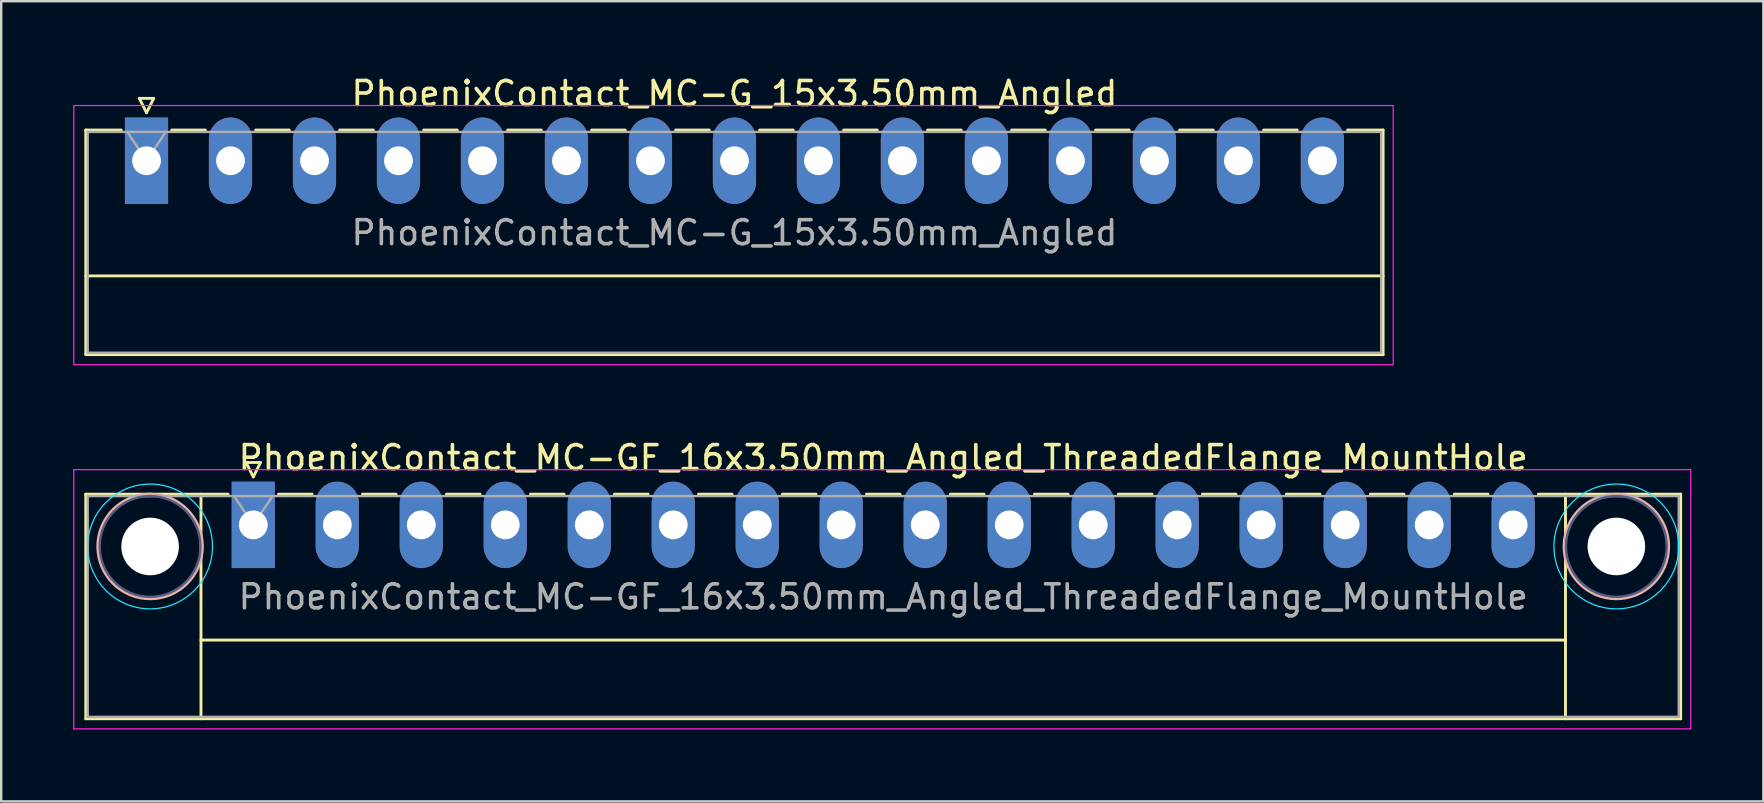
<source format=kicad_pcb>
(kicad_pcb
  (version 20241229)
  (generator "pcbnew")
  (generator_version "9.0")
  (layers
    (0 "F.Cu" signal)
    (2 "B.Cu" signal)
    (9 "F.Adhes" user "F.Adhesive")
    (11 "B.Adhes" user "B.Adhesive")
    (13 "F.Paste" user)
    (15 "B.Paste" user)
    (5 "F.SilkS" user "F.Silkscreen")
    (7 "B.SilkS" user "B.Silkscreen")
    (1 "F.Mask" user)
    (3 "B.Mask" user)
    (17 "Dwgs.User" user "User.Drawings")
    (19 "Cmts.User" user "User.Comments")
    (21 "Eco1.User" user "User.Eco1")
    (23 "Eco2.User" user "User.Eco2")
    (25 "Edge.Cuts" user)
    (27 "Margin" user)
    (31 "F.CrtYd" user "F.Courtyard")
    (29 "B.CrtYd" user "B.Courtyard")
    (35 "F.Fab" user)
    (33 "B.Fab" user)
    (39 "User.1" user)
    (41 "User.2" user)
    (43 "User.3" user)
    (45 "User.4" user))
  (footprint "PhoenixContact_MC-G_15x3.50mm_Angled"
    (layer "F.Cu")
    (at 3.055 3.648)
    (property "Reference" "PhoenixContact_MC-G_15x3.50mm_Angled" (at 24.5 -2.8 0) (layer "F.SilkS") (effects (font (size 1 1) (thickness 0.15))))
    (attr through_hole)
    (fp_line (start -2.53 -1.28) (end -2.53 8.08) (stroke (width 0.12) (type solid)) (layer "F.SilkS"))
    (fp_line (start -2.53 -1.28) (end -1.05 -1.28) (stroke (width 0.12) (type solid)) (layer "F.SilkS"))
    (fp_line (start -2.53 4.8) (end 51.53 4.8) (stroke (width 0.12) (type solid)) (layer "F.SilkS"))
    (fp_line (start -2.53 8.08) (end 51.53 8.08) (stroke (width 0.12) (type solid)) (layer "F.SilkS"))
    (fp_line (start -0.3 -2.6) (end 0.3 -2.6) (stroke (width 0.12) (type solid)) (layer "F.SilkS"))
    (fp_line (start 0 -2) (end -0.3 -2.6) (stroke (width 0.12) (type solid)) (layer "F.SilkS"))
    (fp_line (start 0.3 -2.6) (end 0 -2) (stroke (width 0.12) (type solid)) (layer "F.SilkS"))
    (fp_line (start 1.05 -1.28) (end 2.45 -1.28) (stroke (width 0.12) (type solid)) (layer "F.SilkS"))
    (fp_line (start 4.55 -1.28) (end 5.95 -1.28) (stroke (width 0.12) (type solid)) (layer "F.SilkS"))
    (fp_line (start 8.05 -1.28) (end 9.45 -1.28) (stroke (width 0.12) (type solid)) (layer "F.SilkS"))
    (fp_line (start 11.55 -1.28) (end 12.95 -1.28) (stroke (width 0.12) (type solid)) (layer "F.SilkS"))
    (fp_line (start 15.05 -1.28) (end 16.45 -1.28) (stroke (width 0.12) (type solid)) (layer "F.SilkS"))
    (fp_line (start 18.55 -1.28) (end 19.95 -1.28) (stroke (width 0.12) (type solid)) (layer "F.SilkS"))
    (fp_line (start 22.05 -1.28) (end 23.45 -1.28) (stroke (width 0.12) (type solid)) (layer "F.SilkS"))
    (fp_line (start 25.55 -1.28) (end 26.95 -1.28) (stroke (width 0.12) (type solid)) (layer "F.SilkS"))
    (fp_line (start 29.05 -1.28) (end 30.45 -1.28) (stroke (width 0.12) (type solid)) (layer "F.SilkS"))
    (fp_line (start 32.55 -1.28) (end 33.95 -1.28) (stroke (width 0.12) (type solid)) (layer "F.SilkS"))
    (fp_line (start 36.05 -1.28) (end 37.45 -1.28) (stroke (width 0.12) (type solid)) (layer "F.SilkS"))
    (fp_line (start 39.55 -1.28) (end 40.95 -1.28) (stroke (width 0.12) (type solid)) (layer "F.SilkS"))
    (fp_line (start 43.05 -1.28) (end 44.45 -1.28) (stroke (width 0.12) (type solid)) (layer "F.SilkS"))
    (fp_line (start 46.55 -1.28) (end 47.95 -1.28) (stroke (width 0.12) (type solid)) (layer "F.SilkS"))
    (fp_line (start 51.53 -1.28) (end 50.05 -1.28) (stroke (width 0.12) (type solid)) (layer "F.SilkS"))
    (fp_line (start 51.53 8.08) (end 51.53 -1.28) (stroke (width 0.12) (type solid)) (layer "F.SilkS"))
    (fp_line (start -3.03 -2.3) (end -3.03 8.5) (stroke (width 0.05) (type solid)) (layer "F.CrtYd"))
    (fp_line (start -3.03 8.5) (end 51.95 8.5) (stroke (width 0.05) (type solid)) (layer "F.CrtYd"))
    (fp_line (start 51.95 -2.3) (end -3.03 -2.3) (stroke (width 0.05) (type solid)) (layer "F.CrtYd"))
    (fp_line (start 51.95 8.5) (end 51.95 -2.3) (stroke (width 0.05) (type solid)) (layer "F.CrtYd"))
    (fp_line (start -2.45 -1.2) (end -2.45 8) (stroke (width 0.1) (type solid)) (layer "F.Fab"))
    (fp_line (start -2.45 8) (end 51.45 8) (stroke (width 0.1) (type solid)) (layer "F.Fab"))
    (fp_line (start 0 0) (end -0.8 -1.2) (stroke (width 0.1) (type solid)) (layer "F.Fab"))
    (fp_line (start 0.8 -1.2) (end 0 0) (stroke (width 0.1) (type solid)) (layer "F.Fab"))
    (fp_line (start 51.45 -1.2) (end -2.45 -1.2) (stroke (width 0.1) (type solid)) (layer "F.Fab"))
    (fp_line (start 51.45 8) (end 51.45 -1.2) (stroke (width 0.1) (type solid)) (layer "F.Fab"))
    (fp_text user "${REFERENCE}" (at 24.5 3 0) (layer "F.Fab") (effects (font (size 1 1) (thickness 0.15))))
    (pad "1" thru_hole rect (at 0 0) (size 1.8 3.6) (drill 1.2) (layers "*.Cu" "*.Mask"))
    (pad "2" thru_hole oval (at 3.5 0) (size 1.8 3.6) (drill 1.2) (layers "*.Cu" "*.Mask"))
    (pad "3" thru_hole oval (at 7 0) (size 1.8 3.6) (drill 1.2) (layers "*.Cu" "*.Mask"))
    (pad "4" thru_hole oval (at 10.5 0) (size 1.8 3.6) (drill 1.2) (layers "*.Cu" "*.Mask"))
    (pad "5" thru_hole oval (at 14 0) (size 1.8 3.6) (drill 1.2) (layers "*.Cu" "*.Mask"))
    (pad "6" thru_hole oval (at 17.5 0) (size 1.8 3.6) (drill 1.2) (layers "*.Cu" "*.Mask"))
    (pad "7" thru_hole oval (at 21 0) (size 1.8 3.6) (drill 1.2) (layers "*.Cu" "*.Mask"))
    (pad "8" thru_hole oval (at 24.5 0) (size 1.8 3.6) (drill 1.2) (layers "*.Cu" "*.Mask"))
    (pad "9" thru_hole oval (at 28 0) (size 1.8 3.6) (drill 1.2) (layers "*.Cu" "*.Mask"))
    (pad "10" thru_hole oval (at 31.5 0) (size 1.8 3.6) (drill 1.2) (layers "*.Cu" "*.Mask"))
    (pad "11" thru_hole oval (at 35 0) (size 1.8 3.6) (drill 1.2) (layers "*.Cu" "*.Mask"))
    (pad "12" thru_hole oval (at 38.5 0) (size 1.8 3.6) (drill 1.2) (layers "*.Cu" "*.Mask"))
    (pad "13" thru_hole oval (at 42 0) (size 1.8 3.6) (drill 1.2) (layers "*.Cu" "*.Mask"))
    (pad "14" thru_hole oval (at 45.5 0) (size 1.8 3.6) (drill 1.2) (layers "*.Cu" "*.Mask"))
    (pad "15" thru_hole oval (at 49 0) (size 1.8 3.6) (drill 1.2) (layers "*.Cu" "*.Mask")))
  (footprint "PhoenixContact_MC-GF_16x3.50mm_Angled_ThreadedFlange_MountHole"
    (layer "F.Cu")
    (at 7.505 18.822)
    (property "Reference" "PhoenixContact_MC-GF_16x3.50mm_Angled_ThreadedFlange_MountHole" (at 26.25 -2.8 0) (layer "F.SilkS") (effects (font (size 1 1) (thickness 0.15))))
    (attr through_hole)
    (fp_line (start -6.98 -1.28) (end -6.98 8.08) (stroke (width 0.12) (type solid)) (layer "F.SilkS"))
    (fp_line (start -6.98 -1.28) (end -1.05 -1.28) (stroke (width 0.12) (type solid)) (layer "F.SilkS"))
    (fp_line (start -6.98 8.08) (end 59.48 8.08) (stroke (width 0.12) (type solid)) (layer "F.SilkS"))
    (fp_line (start -2.18 -1.28) (end -2.18 8.08) (stroke (width 0.12) (type solid)) (layer "F.SilkS"))
    (fp_line (start -2.18 4.8) (end 54.68 4.8) (stroke (width 0.12) (type solid)) (layer "F.SilkS"))
    (fp_line (start -0.3 -2.6) (end 0.3 -2.6) (stroke (width 0.12) (type solid)) (layer "F.SilkS"))
    (fp_line (start 0 -2) (end -0.3 -2.6) (stroke (width 0.12) (type solid)) (layer "F.SilkS"))
    (fp_line (start 0.3 -2.6) (end 0 -2) (stroke (width 0.12) (type solid)) (layer "F.SilkS"))
    (fp_line (start 1.05 -1.28) (end 2.45 -1.28) (stroke (width 0.12) (type solid)) (layer "F.SilkS"))
    (fp_line (start 4.55 -1.28) (end 5.95 -1.28) (stroke (width 0.12) (type solid)) (layer "F.SilkS"))
    (fp_line (start 8.05 -1.28) (end 9.45 -1.28) (stroke (width 0.12) (type solid)) (layer "F.SilkS"))
    (fp_line (start 11.55 -1.28) (end 12.95 -1.28) (stroke (width 0.12) (type solid)) (layer "F.SilkS"))
    (fp_line (start 15.05 -1.28) (end 16.45 -1.28) (stroke (width 0.12) (type solid)) (layer "F.SilkS"))
    (fp_line (start 18.55 -1.28) (end 19.95 -1.28) (stroke (width 0.12) (type solid)) (layer "F.SilkS"))
    (fp_line (start 22.05 -1.28) (end 23.45 -1.28) (stroke (width 0.12) (type solid)) (layer "F.SilkS"))
    (fp_line (start 25.55 -1.28) (end 26.95 -1.28) (stroke (width 0.12) (type solid)) (layer "F.SilkS"))
    (fp_line (start 29.05 -1.28) (end 30.45 -1.28) (stroke (width 0.12) (type solid)) (layer "F.SilkS"))
    (fp_line (start 32.55 -1.28) (end 33.95 -1.28) (stroke (width 0.12) (type solid)) (layer "F.SilkS"))
    (fp_line (start 36.05 -1.28) (end 37.45 -1.28) (stroke (width 0.12) (type solid)) (layer "F.SilkS"))
    (fp_line (start 39.55 -1.28) (end 40.95 -1.28) (stroke (width 0.12) (type solid)) (layer "F.SilkS"))
    (fp_line (start 43.05 -1.28) (end 44.45 -1.28) (stroke (width 0.12) (type solid)) (layer "F.SilkS"))
    (fp_line (start 46.55 -1.28) (end 47.95 -1.28) (stroke (width 0.12) (type solid)) (layer "F.SilkS"))
    (fp_line (start 50.05 -1.28) (end 51.45 -1.28) (stroke (width 0.12) (type solid)) (layer "F.SilkS"))
    (fp_line (start 54.68 -1.28) (end 54.68 8.08) (stroke (width 0.12) (type solid)) (layer "F.SilkS"))
    (fp_line (start 59.48 -1.28) (end 53.55 -1.28) (stroke (width 0.12) (type solid)) (layer "F.SilkS"))
    (fp_line (start 59.48 8.08) (end 59.48 -1.28) (stroke (width 0.12) (type solid)) (layer "F.SilkS"))
    (fp_circle (center -4.3 0.9) (end -2.12 0.9) (stroke (width 0.12) (type solid)) (fill no) (layer "B.SilkS"))
    (fp_circle (center 56.8 0.9) (end 58.98 0.9) (stroke (width 0.12) (type solid)) (fill no) (layer "B.SilkS"))
    (fp_circle (center -4.3 0.9) (end -1.7 0.9) (stroke (width 0.05) (type solid)) (fill no) (layer "B.CrtYd"))
    (fp_circle (center 56.8 0.9) (end 59.4 0.9) (stroke (width 0.05) (type solid)) (fill no) (layer "B.CrtYd"))
    (fp_line (start -7.48 -2.3) (end -7.48 8.5) (stroke (width 0.05) (type solid)) (layer "F.CrtYd"))
    (fp_line (start -7.48 8.5) (end 59.9 8.5) (stroke (width 0.05) (type solid)) (layer "F.CrtYd"))
    (fp_line (start 59.9 -2.3) (end -7.48 -2.3) (stroke (width 0.05) (type solid)) (layer "F.CrtYd"))
    (fp_line (start 59.9 8.5) (end 59.9 -2.3) (stroke (width 0.05) (type solid)) (layer "F.CrtYd"))
    (fp_circle (center -4.3 0.9) (end -2.2 0.9) (stroke (width 0.1) (type solid)) (fill no) (layer "B.Fab"))
    (fp_circle (center 56.8 0.9) (end 58.9 0.9) (stroke (width 0.1) (type solid)) (fill no) (layer "B.Fab"))
    (fp_line (start -6.9 -1.2) (end -6.9 8) (stroke (width 0.1) (type solid)) (layer "F.Fab"))
    (fp_line (start -6.9 8) (end 59.4 8) (stroke (width 0.1) (type solid)) (layer "F.Fab"))
    (fp_line (start 0 0) (end -0.8 -1.2) (stroke (width 0.1) (type solid)) (layer "F.Fab"))
    (fp_line (start 0.8 -1.2) (end 0 0) (stroke (width 0.1) (type solid)) (layer "F.Fab"))
    (fp_line (start 59.4 -1.2) (end -6.9 -1.2) (stroke (width 0.1) (type solid)) (layer "F.Fab"))
    (fp_line (start 59.4 8) (end 59.4 -1.2) (stroke (width 0.1) (type solid)) (layer "F.Fab"))
    (fp_text user "${REFERENCE}" (at 26.25 3 0) (layer "F.Fab") (effects (font (size 1 1) (thickness 0.15))))
    (pad "" np_thru_hole circle (at -4.3 0.9) (size 2.4 2.4) (drill 2.4) (layers "*.Cu" "*.Mask"))
    (pad "" np_thru_hole circle (at 56.8 0.9) (size 2.4 2.4) (drill 2.4) (layers "*.Cu" "*.Mask"))
    (pad "1" thru_hole rect (at 0 0) (size 1.8 3.6) (drill 1.2) (layers "*.Cu" "*.Mask"))
    (pad "2" thru_hole oval (at 3.5 0) (size 1.8 3.6) (drill 1.2) (layers "*.Cu" "*.Mask"))
    (pad "3" thru_hole oval (at 7 0) (size 1.8 3.6) (drill 1.2) (layers "*.Cu" "*.Mask"))
    (pad "4" thru_hole oval (at 10.5 0) (size 1.8 3.6) (drill 1.2) (layers "*.Cu" "*.Mask"))
    (pad "5" thru_hole oval (at 14 0) (size 1.8 3.6) (drill 1.2) (layers "*.Cu" "*.Mask"))
    (pad "6" thru_hole oval (at 17.5 0) (size 1.8 3.6) (drill 1.2) (layers "*.Cu" "*.Mask"))
    (pad "7" thru_hole oval (at 21 0) (size 1.8 3.6) (drill 1.2) (layers "*.Cu" "*.Mask"))
    (pad "8" thru_hole oval (at 24.5 0) (size 1.8 3.6) (drill 1.2) (layers "*.Cu" "*.Mask"))
    (pad "9" thru_hole oval (at 28 0) (size 1.8 3.6) (drill 1.2) (layers "*.Cu" "*.Mask"))
    (pad "10" thru_hole oval (at 31.5 0) (size 1.8 3.6) (drill 1.2) (layers "*.Cu" "*.Mask"))
    (pad "11" thru_hole oval (at 35 0) (size 1.8 3.6) (drill 1.2) (layers "*.Cu" "*.Mask"))
    (pad "12" thru_hole oval (at 38.5 0) (size 1.8 3.6) (drill 1.2) (layers "*.Cu" "*.Mask"))
    (pad "13" thru_hole oval (at 42 0) (size 1.8 3.6) (drill 1.2) (layers "*.Cu" "*.Mask"))
    (pad "14" thru_hole oval (at 45.5 0) (size 1.8 3.6) (drill 1.2) (layers "*.Cu" "*.Mask"))
    (pad "15" thru_hole oval (at 49 0) (size 1.8 3.6) (drill 1.2) (layers "*.Cu" "*.Mask"))
    (pad "16" thru_hole oval (at 52.5 0) (size 1.8 3.6) (drill 1.2) (layers "*.Cu" "*.Mask")))
  (gr_rect
    (start -3 -3)
    (end 70.43 30.346)
    (stroke (width 0.1) (type default))
    (fill no)
    (layer "Edge.Cuts")))
</source>
